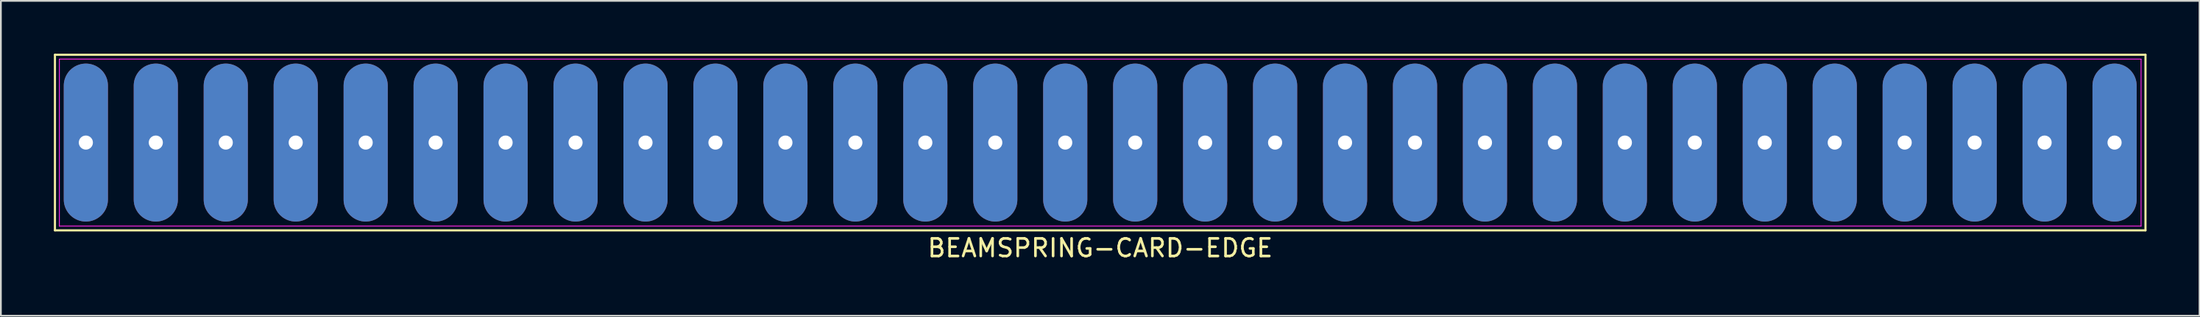
<source format=kicad_pcb>
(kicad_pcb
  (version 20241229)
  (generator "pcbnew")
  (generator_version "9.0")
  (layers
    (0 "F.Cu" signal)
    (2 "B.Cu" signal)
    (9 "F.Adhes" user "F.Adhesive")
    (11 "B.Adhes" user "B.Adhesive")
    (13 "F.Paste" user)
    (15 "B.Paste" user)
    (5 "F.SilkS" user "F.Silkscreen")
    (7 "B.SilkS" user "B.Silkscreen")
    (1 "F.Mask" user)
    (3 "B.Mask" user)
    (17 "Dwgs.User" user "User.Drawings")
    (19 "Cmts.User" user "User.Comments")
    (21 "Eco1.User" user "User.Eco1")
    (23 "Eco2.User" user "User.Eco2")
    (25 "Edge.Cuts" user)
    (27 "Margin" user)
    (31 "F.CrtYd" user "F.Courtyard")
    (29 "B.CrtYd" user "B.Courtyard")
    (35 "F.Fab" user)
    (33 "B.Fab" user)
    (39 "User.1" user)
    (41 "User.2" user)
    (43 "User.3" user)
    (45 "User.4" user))
  (footprint "BEAMSPRING-CARD-EDGE"
    (layer "F.Cu")
    (at 59.23 5.045)
    (property "Reference" "BEAMSPRING-CARD-EDGE" (at 0 5.985 0) (layer "F.SilkS") (effects (font (size 1 1) (thickness 0.15))))
    (attr through_hole)
    (fp_line (start -59.17 -4.985) (end 59.17 -4.985) (stroke (width 0.12) (type solid)) (layer "F.SilkS"))
    (fp_line (start -59.17 4.985) (end -59.17 -4.985) (stroke (width 0.12) (type solid)) (layer "F.SilkS"))
    (fp_line (start 59.17 -4.985) (end 59.17 4.985) (stroke (width 0.12) (type solid)) (layer "F.SilkS"))
    (fp_line (start 59.17 4.985) (end -59.17 4.985) (stroke (width 0.12) (type solid)) (layer "F.SilkS"))
    (fp_line (start -58.92 -4.74) (end 58.92 -4.74) (stroke (width 0.05) (type solid)) (layer "F.CrtYd"))
    (fp_line (start -58.92 4.74) (end -58.92 -4.74) (stroke (width 0.05) (type solid)) (layer "F.CrtYd"))
    (fp_line (start 58.92 -4.74) (end 58.92 4.74) (stroke (width 0.05) (type solid)) (layer "F.CrtYd"))
    (fp_line (start 58.92 4.74) (end -58.92 4.74) (stroke (width 0.05) (type solid)) (layer "F.CrtYd"))
    (pad "1" thru_hole oval (at -57.42 0) (size 2.5 8.97) (drill 0.8) (layers "*.Cu" "*.Mask"))
    (pad "2" thru_hole oval (at -53.46 0) (size 2.5 8.97) (drill 0.8) (layers "*.Cu" "*.Mask"))
    (pad "3" thru_hole oval (at -49.5 0) (size 2.5 8.97) (drill 0.8) (layers "*.Cu" "*.Mask"))
    (pad "4" thru_hole oval (at -45.54 0) (size 2.5 8.97) (drill 0.8) (layers "*.Cu" "*.Mask"))
    (pad "5" thru_hole oval (at -41.58 0) (size 2.5 8.97) (drill 0.8) (layers "*.Cu" "*.Mask"))
    (pad "6" thru_hole oval (at -37.62 0) (size 2.5 8.97) (drill 0.8) (layers "*.Cu" "*.Mask"))
    (pad "7" thru_hole oval (at -33.66 0) (size 2.5 8.97) (drill 0.8) (layers "*.Cu" "*.Mask"))
    (pad "8" thru_hole oval (at -29.7 0) (size 2.5 8.97) (drill 0.8) (layers "*.Cu" "*.Mask"))
    (pad "9" thru_hole oval (at -25.74 0) (size 2.5 8.97) (drill 0.8) (layers "*.Cu" "*.Mask"))
    (pad "10" thru_hole oval (at -21.78 0) (size 2.5 8.97) (drill 0.8) (layers "*.Cu" "*.Mask"))
    (pad "11" thru_hole oval (at -17.82 0) (size 2.5 8.97) (drill 0.8) (layers "*.Cu" "*.Mask"))
    (pad "12" thru_hole oval (at -13.86 0) (size 2.5 8.97) (drill 0.8) (layers "*.Cu" "*.Mask"))
    (pad "13" thru_hole oval (at -9.9 0) (size 2.5 8.97) (drill 0.8) (layers "*.Cu" "*.Mask"))
    (pad "14" thru_hole oval (at -5.94 0) (size 2.5 8.97) (drill 0.8) (layers "*.Cu" "*.Mask"))
    (pad "15" thru_hole oval (at -1.98 0) (size 2.5 8.97) (drill 0.8) (layers "*.Cu" "*.Mask"))
    (pad "16" thru_hole oval (at 1.98 0) (size 2.5 8.97) (drill 0.8) (layers "*.Cu" "*.Mask"))
    (pad "17" thru_hole oval (at 5.94 0) (size 2.5 8.97) (drill 0.8) (layers "*.Cu" "*.Mask"))
    (pad "18" thru_hole oval (at 9.9 0) (size 2.5 8.97) (drill 0.8) (layers "*.Cu" "*.Mask"))
    (pad "19" thru_hole oval (at 13.86 0) (size 2.5 8.97) (drill 0.8) (layers "*.Cu" "*.Mask"))
    (pad "20" thru_hole oval (at 17.82 0) (size 2.5 8.97) (drill 0.8) (layers "*.Cu" "*.Mask"))
    (pad "21" thru_hole oval (at 21.78 0) (size 2.5 8.97) (drill 0.8) (layers "*.Cu" "*.Mask"))
    (pad "22" thru_hole oval (at 25.74 0) (size 2.5 8.97) (drill 0.8) (layers "*.Cu" "*.Mask"))
    (pad "23" thru_hole oval (at 29.7 0) (size 2.5 8.97) (drill 0.8) (layers "*.Cu" "*.Mask"))
    (pad "24" thru_hole oval (at 33.66 0) (size 2.5 8.97) (drill 0.8) (layers "*.Cu" "*.Mask"))
    (pad "25" thru_hole oval (at 37.62 0) (size 2.5 8.97) (drill 0.8) (layers "*.Cu" "*.Mask"))
    (pad "26" thru_hole oval (at 41.58 0) (size 2.5 8.97) (drill 0.8) (layers "*.Cu" "*.Mask"))
    (pad "27" thru_hole oval (at 45.54 0) (size 2.5 8.97) (drill 0.8) (layers "*.Cu" "*.Mask"))
    (pad "28" thru_hole oval (at 49.5 0) (size 2.5 8.97) (drill 0.8) (layers "*.Cu" "*.Mask"))
    (pad "29" thru_hole oval (at 53.46 0) (size 2.5 8.97) (drill 0.8) (layers "*.Cu" "*.Mask"))
    (pad "30" thru_hole oval (at 57.42 0) (size 2.5 8.97) (drill 0.8) (layers "*.Cu" "*.Mask")))
  (gr_rect
    (start -3 -3)
    (end 121.46 14.878)
    (stroke (width 0.1) (type default))
    (fill no)
    (layer "Edge.Cuts")))
</source>
